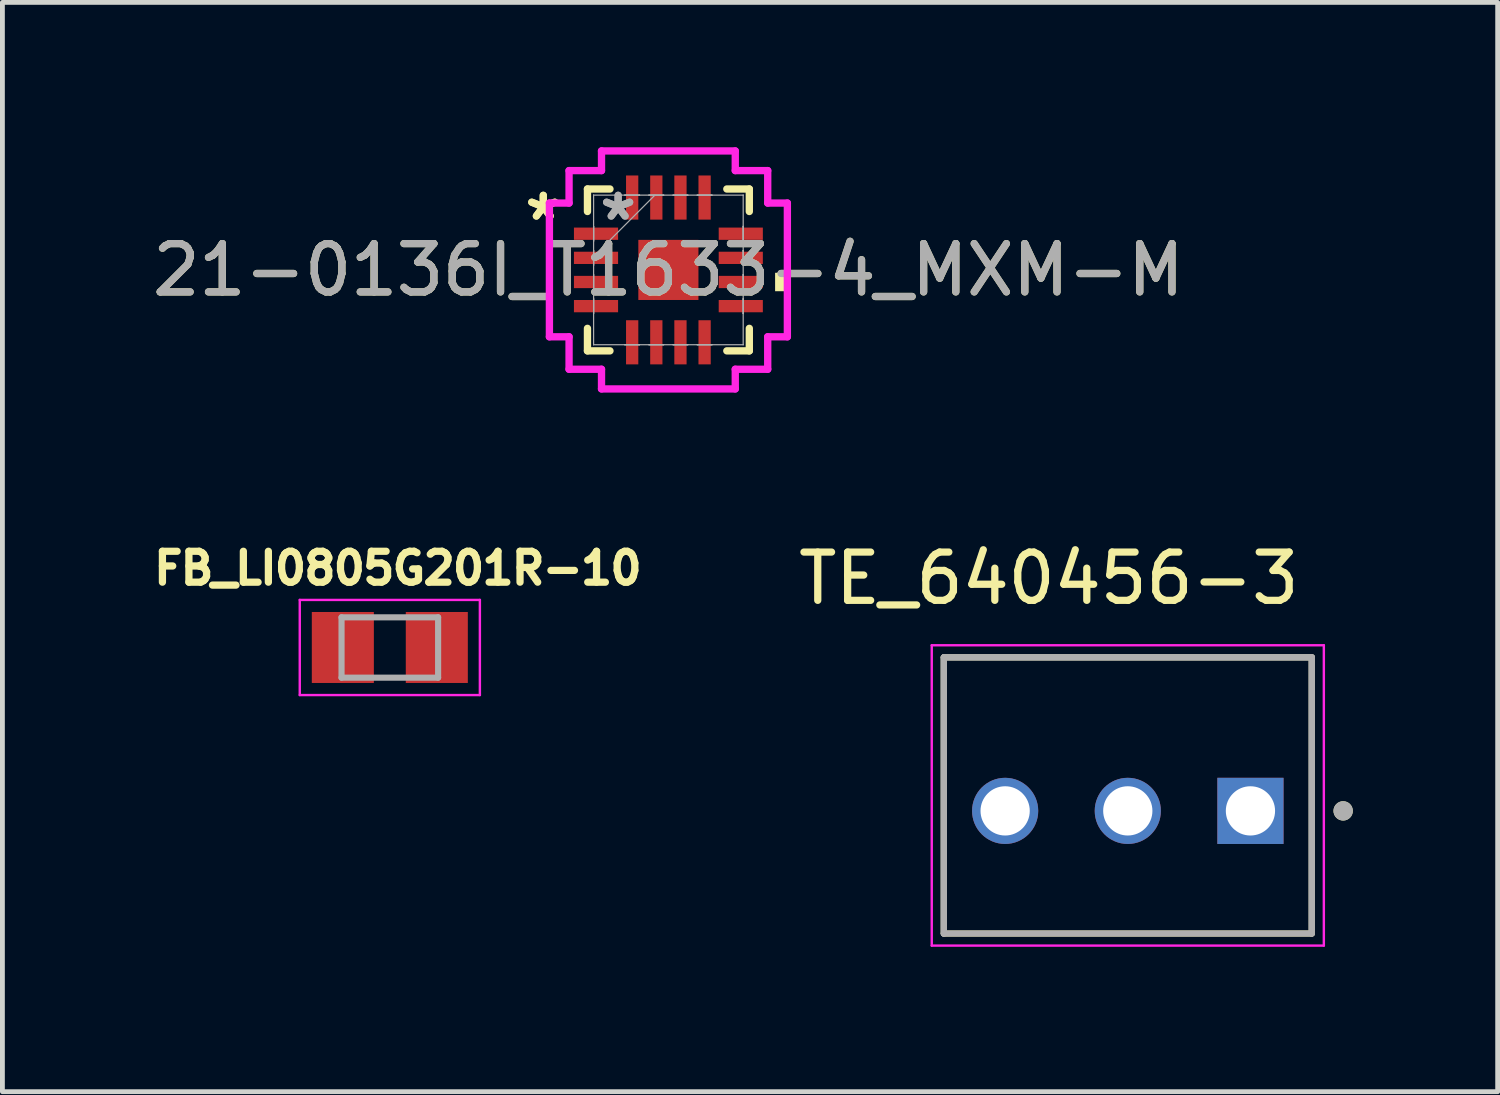
<source format=kicad_pcb>
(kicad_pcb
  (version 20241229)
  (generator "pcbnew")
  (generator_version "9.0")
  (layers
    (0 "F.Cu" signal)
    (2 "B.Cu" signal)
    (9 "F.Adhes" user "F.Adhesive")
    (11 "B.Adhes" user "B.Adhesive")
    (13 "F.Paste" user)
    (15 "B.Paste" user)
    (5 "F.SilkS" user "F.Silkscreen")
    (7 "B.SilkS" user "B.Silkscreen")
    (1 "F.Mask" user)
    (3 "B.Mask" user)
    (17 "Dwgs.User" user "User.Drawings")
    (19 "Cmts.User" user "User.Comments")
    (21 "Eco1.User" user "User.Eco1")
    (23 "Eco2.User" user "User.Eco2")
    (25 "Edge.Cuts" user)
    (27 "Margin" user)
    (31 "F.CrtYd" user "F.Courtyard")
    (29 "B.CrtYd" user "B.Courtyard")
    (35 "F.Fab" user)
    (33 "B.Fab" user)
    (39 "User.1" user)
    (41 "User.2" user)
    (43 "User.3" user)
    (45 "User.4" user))
  (footprint "TE_640456-3"
    (layer "F.Cu")
    (at 22.846 13.743)
    (property "Reference" "TE_640456-3" (at -4.175 -4.815 0) (layer "F.SilkS") (effects (font (size 1 1) (thickness 0.15))))
    (attr through_hole)
    (fp_line (start -6.35 2.54) (end -6.35 -3.18) (stroke (width 0.127) (type solid)) (layer "F.SilkS"))
    (fp_line (start 1.27 -3.18) (end -6.35 -3.18) (stroke (width 0.127) (type solid)) (layer "F.SilkS"))
    (fp_line (start 1.27 -3.18) (end 1.27 2.54) (stroke (width 0.127) (type solid)) (layer "F.SilkS"))
    (fp_line (start 1.27 2.54) (end -6.35 2.54) (stroke (width 0.127) (type solid)) (layer "F.SilkS"))
    (fp_circle (center 1.92 0) (end 2.02 0) (stroke (width 0.2) (type solid)) (fill no) (layer "F.SilkS"))
    (fp_line (start -6.6 -3.43) (end 1.52 -3.43) (stroke (width 0.05) (type solid)) (layer "F.CrtYd"))
    (fp_line (start -6.6 2.79) (end -6.6 -3.43) (stroke (width 0.05) (type solid)) (layer "F.CrtYd"))
    (fp_line (start 1.52 -3.43) (end 1.52 2.79) (stroke (width 0.05) (type solid)) (layer "F.CrtYd"))
    (fp_line (start 1.52 2.79) (end -6.6 2.79) (stroke (width 0.05) (type solid)) (layer "F.CrtYd"))
    (fp_line (start -6.35 -3.18) (end 1.27 -3.18) (stroke (width 0.127) (type solid)) (layer "F.Fab"))
    (fp_line (start -6.35 -3.18) (end 1.27 -3.18) (stroke (width 0.127) (type solid)) (layer "F.Fab"))
    (fp_line (start -6.35 2.54) (end -6.35 -3.18) (stroke (width 0.127) (type solid)) (layer "F.Fab"))
    (fp_line (start -6.35 2.54) (end -6.35 -3.18) (stroke (width 0.127) (type solid)) (layer "F.Fab"))
    (fp_line (start 1.27 -3.18) (end 1.27 2.54) (stroke (width 0.127) (type solid)) (layer "F.Fab"))
    (fp_line (start 1.27 -3.18) (end 1.27 2.54) (stroke (width 0.127) (type solid)) (layer "F.Fab"))
    (fp_line (start 1.27 2.54) (end -6.35 2.54) (stroke (width 0.127) (type solid)) (layer "F.Fab"))
    (fp_circle (center 1.92 0) (end 2.02 0) (stroke (width 0.2) (type solid)) (fill no) (layer "F.Fab"))
    (pad "1" thru_hole rect (at 0 0) (size 1.37 1.37) (drill 1.02) (layers "*.Cu" "*.Mask"))
    (pad "2" thru_hole circle (at -2.54 0) (size 1.37 1.37) (drill 1.02) (layers "*.Cu" "*.Mask"))
    (pad "3" thru_hole circle (at -5.08 0) (size 1.37 1.37) (drill 1.02) (layers "*.Cu" "*.Mask")))
  (footprint "FB_LI0805G201R-10"
    (layer "F.Cu")
    (at 5.023 10.359)
    (property "Reference" "FB_LI0805G201R-10" (at 0.167 -1.641 0) (layer "F.SilkS") (effects (font (size 0.64 0.64) (thickness 0.15))))
    (attr smd)
    (fp_line (start -1.865 -0.985) (end -1.865 0.985) (stroke (width 0.05) (type solid)) (layer "F.CrtYd"))
    (fp_line (start -1.865 0.985) (end 1.865 0.985) (stroke (width 0.05) (type solid)) (layer "F.CrtYd"))
    (fp_line (start 1.865 -0.985) (end -1.865 -0.985) (stroke (width 0.05) (type solid)) (layer "F.CrtYd"))
    (fp_line (start 1.865 0.985) (end 1.865 -0.985) (stroke (width 0.05) (type solid)) (layer "F.CrtYd"))
    (fp_line (start -1 -0.625) (end -1 0.625) (stroke (width 0.127) (type solid)) (layer "F.Fab"))
    (fp_line (start -1 -0.625) (end 1 -0.625) (stroke (width 0.127) (type solid)) (layer "F.Fab"))
    (fp_line (start -1 0.625) (end 1 0.625) (stroke (width 0.127) (type solid)) (layer "F.Fab"))
    (fp_line (start 1 -0.625) (end 1 0.625) (stroke (width 0.127) (type solid)) (layer "F.Fab"))
    (pad "1" smd rect (at -0.973 0) (size 1.285 1.47) (layers "F.Cu" "F.Mask" "F.Paste"))
    (pad "2" smd rect (at 0.973 0) (size 1.285 1.47) (layers "F.Cu" "F.Mask" "F.Paste")))
  (footprint "21-0136I_T1633-4_MXM-M"
    (layer "F.Cu")
    (at 10.792 2.54)
    (property "Reference" "21-0136I_T1633-4_MXM-M" (at 0 0 0) (unlocked yes) (layer "F.SilkS") (effects (font (size 1 1) (thickness 0.15))))
    (attr smd)
    (fp_line (start -1.676 -1.676) (end -1.676 -1.21) (stroke (width 0.152) (type solid)) (layer "F.SilkS"))
    (fp_line (start -1.676 1.21) (end -1.676 1.676) (stroke (width 0.152) (type solid)) (layer "F.SilkS"))
    (fp_line (start -1.676 1.676) (end -1.21 1.676) (stroke (width 0.152) (type solid)) (layer "F.SilkS"))
    (fp_line (start -1.21 -1.676) (end -1.676 -1.676) (stroke (width 0.152) (type solid)) (layer "F.SilkS"))
    (fp_line (start 1.21 1.676) (end 1.676 1.676) (stroke (width 0.152) (type solid)) (layer "F.SilkS"))
    (fp_line (start 1.676 -1.676) (end 1.21 -1.676) (stroke (width 0.152) (type solid)) (layer "F.SilkS"))
    (fp_line (start 1.676 -1.21) (end 1.676 -1.676) (stroke (width 0.152) (type solid)) (layer "F.SilkS"))
    (fp_line (start 1.676 1.676) (end 1.676 1.21) (stroke (width 0.152) (type solid)) (layer "F.SilkS"))
    (fp_poly (pts (xy 2.464 0.059) (xy 2.464 0.441) (xy 2.21 0.441) (xy 2.21 0.059)) (stroke (width 0) (type solid)) (fill yes) (layer "F.SilkS"))
    (fp_line (start -2.464 -1.385) (end -2.057 -1.385) (stroke (width 0.152) (type solid)) (layer "F.CrtYd"))
    (fp_line (start -2.464 1.385) (end -2.464 -1.385) (stroke (width 0.152) (type solid)) (layer "F.CrtYd"))
    (fp_line (start -2.057 -2.057) (end -1.385 -2.057) (stroke (width 0.152) (type solid)) (layer "F.CrtYd"))
    (fp_line (start -2.057 -1.385) (end -2.057 -2.057) (stroke (width 0.152) (type solid)) (layer "F.CrtYd"))
    (fp_line (start -2.057 1.385) (end -2.464 1.385) (stroke (width 0.152) (type solid)) (layer "F.CrtYd"))
    (fp_line (start -2.057 2.057) (end -2.057 1.385) (stroke (width 0.152) (type solid)) (layer "F.CrtYd"))
    (fp_line (start -1.385 -2.464) (end 1.385 -2.464) (stroke (width 0.152) (type solid)) (layer "F.CrtYd"))
    (fp_line (start -1.385 -2.057) (end -1.385 -2.464) (stroke (width 0.152) (type solid)) (layer "F.CrtYd"))
    (fp_line (start -1.385 2.057) (end -2.057 2.057) (stroke (width 0.152) (type solid)) (layer "F.CrtYd"))
    (fp_line (start -1.385 2.464) (end -1.385 2.057) (stroke (width 0.152) (type solid)) (layer "F.CrtYd"))
    (fp_line (start 1.385 -2.464) (end 1.385 -2.057) (stroke (width 0.152) (type solid)) (layer "F.CrtYd"))
    (fp_line (start 1.385 -2.057) (end 2.057 -2.057) (stroke (width 0.152) (type solid)) (layer "F.CrtYd"))
    (fp_line (start 1.385 2.057) (end 1.385 2.464) (stroke (width 0.152) (type solid)) (layer "F.CrtYd"))
    (fp_line (start 1.385 2.464) (end -1.385 2.464) (stroke (width 0.152) (type solid)) (layer "F.CrtYd"))
    (fp_line (start 2.057 -2.057) (end 2.057 -1.385) (stroke (width 0.152) (type solid)) (layer "F.CrtYd"))
    (fp_line (start 2.057 -1.385) (end 2.464 -1.385) (stroke (width 0.152) (type solid)) (layer "F.CrtYd"))
    (fp_line (start 2.057 1.385) (end 2.057 2.057) (stroke (width 0.152) (type solid)) (layer "F.CrtYd"))
    (fp_line (start 2.057 2.057) (end 1.385 2.057) (stroke (width 0.152) (type solid)) (layer "F.CrtYd"))
    (fp_line (start 2.464 -1.385) (end 2.464 1.385) (stroke (width 0.152) (type solid)) (layer "F.CrtYd"))
    (fp_line (start 2.464 1.385) (end 2.057 1.385) (stroke (width 0.152) (type solid)) (layer "F.CrtYd"))
    (fp_line (start -1.549 -1.549) (end -1.549 -1.549) (stroke (width 0.025) (type solid)) (layer "F.Fab"))
    (fp_line (start -1.549 -1.549) (end -1.549 1.549) (stroke (width 0.025) (type solid)) (layer "F.Fab"))
    (fp_line (start -1.549 -0.902) (end -1.549 -0.902) (stroke (width 0.025) (type solid)) (layer "F.Fab"))
    (fp_line (start -1.549 -0.902) (end -1.549 -0.598) (stroke (width 0.025) (type solid)) (layer "F.Fab"))
    (fp_line (start -1.549 -0.598) (end -1.549 -0.902) (stroke (width 0.025) (type solid)) (layer "F.Fab"))
    (fp_line (start -1.549 -0.598) (end -1.549 -0.598) (stroke (width 0.025) (type solid)) (layer "F.Fab"))
    (fp_line (start -1.549 -0.402) (end -1.549 -0.402) (stroke (width 0.025) (type solid)) (layer "F.Fab"))
    (fp_line (start -1.549 -0.402) (end -1.549 -0.098) (stroke (width 0.025) (type solid)) (layer "F.Fab"))
    (fp_line (start -1.549 -0.279) (end -0.279 -1.549) (stroke (width 0.025) (type solid)) (layer "F.Fab"))
    (fp_line (start -1.549 -0.098) (end -1.549 -0.402) (stroke (width 0.025) (type solid)) (layer "F.Fab"))
    (fp_line (start -1.549 -0.098) (end -1.549 -0.098) (stroke (width 0.025) (type solid)) (layer "F.Fab"))
    (fp_line (start -1.549 0.098) (end -1.549 0.098) (stroke (width 0.025) (type solid)) (layer "F.Fab"))
    (fp_line (start -1.549 0.098) (end -1.549 0.402) (stroke (width 0.025) (type solid)) (layer "F.Fab"))
    (fp_line (start -1.549 0.402) (end -1.549 0.098) (stroke (width 0.025) (type solid)) (layer "F.Fab"))
    (fp_line (start -1.549 0.402) (end -1.549 0.402) (stroke (width 0.025) (type solid)) (layer "F.Fab"))
    (fp_line (start -1.549 0.598) (end -1.549 0.598) (stroke (width 0.025) (type solid)) (layer "F.Fab"))
    (fp_line (start -1.549 0.598) (end -1.549 0.902) (stroke (width 0.025) (type solid)) (layer "F.Fab"))
    (fp_line (start -1.549 0.902) (end -1.549 0.598) (stroke (width 0.025) (type solid)) (layer "F.Fab"))
    (fp_line (start -1.549 0.902) (end -1.549 0.902) (stroke (width 0.025) (type solid)) (layer "F.Fab"))
    (fp_line (start -1.549 1.549) (end -1.549 1.549) (stroke (width 0.025) (type solid)) (layer "F.Fab"))
    (fp_line (start -1.549 1.549) (end 1.549 1.549) (stroke (width 0.025) (type solid)) (layer "F.Fab"))
    (fp_line (start -0.902 -1.549) (end -0.902 -1.549) (stroke (width 0.025) (type solid)) (layer "F.Fab"))
    (fp_line (start -0.902 -1.549) (end -0.598 -1.549) (stroke (width 0.025) (type solid)) (layer "F.Fab"))
    (fp_line (start -0.902 1.549) (end -0.902 1.549) (stroke (width 0.025) (type solid)) (layer "F.Fab"))
    (fp_line (start -0.902 1.549) (end -0.598 1.549) (stroke (width 0.025) (type solid)) (layer "F.Fab"))
    (fp_line (start -0.598 -1.549) (end -0.902 -1.549) (stroke (width 0.025) (type solid)) (layer "F.Fab"))
    (fp_line (start -0.598 -1.549) (end -0.598 -1.549) (stroke (width 0.025) (type solid)) (layer "F.Fab"))
    (fp_line (start -0.598 1.549) (end -0.902 1.549) (stroke (width 0.025) (type solid)) (layer "F.Fab"))
    (fp_line (start -0.598 1.549) (end -0.598 1.549) (stroke (width 0.025) (type solid)) (layer "F.Fab"))
    (fp_line (start -0.402 -1.549) (end -0.402 -1.549) (stroke (width 0.025) (type solid)) (layer "F.Fab"))
    (fp_line (start -0.402 -1.549) (end -0.098 -1.549) (stroke (width 0.025) (type solid)) (layer "F.Fab"))
    (fp_line (start -0.402 1.549) (end -0.402 1.549) (stroke (width 0.025) (type solid)) (layer "F.Fab"))
    (fp_line (start -0.402 1.549) (end -0.098 1.549) (stroke (width 0.025) (type solid)) (layer "F.Fab"))
    (fp_line (start -0.098 -1.549) (end -0.402 -1.549) (stroke (width 0.025) (type solid)) (layer "F.Fab"))
    (fp_line (start -0.098 -1.549) (end -0.098 -1.549) (stroke (width 0.025) (type solid)) (layer "F.Fab"))
    (fp_line (start -0.098 1.549) (end -0.402 1.549) (stroke (width 0.025) (type solid)) (layer "F.Fab"))
    (fp_line (start -0.098 1.549) (end -0.098 1.549) (stroke (width 0.025) (type solid)) (layer "F.Fab"))
    (fp_line (start 0.098 -1.549) (end 0.098 -1.549) (stroke (width 0.025) (type solid)) (layer "F.Fab"))
    (fp_line (start 0.098 -1.549) (end 0.402 -1.549) (stroke (width 0.025) (type solid)) (layer "F.Fab"))
    (fp_line (start 0.098 1.549) (end 0.098 1.549) (stroke (width 0.025) (type solid)) (layer "F.Fab"))
    (fp_line (start 0.098 1.549) (end 0.402 1.549) (stroke (width 0.025) (type solid)) (layer "F.Fab"))
    (fp_line (start 0.402 -1.549) (end 0.098 -1.549) (stroke (width 0.025) (type solid)) (layer "F.Fab"))
    (fp_line (start 0.402 -1.549) (end 0.402 -1.549) (stroke (width 0.025) (type solid)) (layer "F.Fab"))
    (fp_line (start 0.402 1.549) (end 0.098 1.549) (stroke (width 0.025) (type solid)) (layer "F.Fab"))
    (fp_line (start 0.402 1.549) (end 0.402 1.549) (stroke (width 0.025) (type solid)) (layer "F.Fab"))
    (fp_line (start 0.598 -1.549) (end 0.598 -1.549) (stroke (width 0.025) (type solid)) (layer "F.Fab"))
    (fp_line (start 0.598 -1.549) (end 0.902 -1.549) (stroke (width 0.025) (type solid)) (layer "F.Fab"))
    (fp_line (start 0.598 1.549) (end 0.598 1.549) (stroke (width 0.025) (type solid)) (layer "F.Fab"))
    (fp_line (start 0.598 1.549) (end 0.902 1.549) (stroke (width 0.025) (type solid)) (layer "F.Fab"))
    (fp_line (start 0.902 -1.549) (end 0.598 -1.549) (stroke (width 0.025) (type solid)) (layer "F.Fab"))
    (fp_line (start 0.902 -1.549) (end 0.902 -1.549) (stroke (width 0.025) (type solid)) (layer "F.Fab"))
    (fp_line (start 0.902 1.549) (end 0.598 1.549) (stroke (width 0.025) (type solid)) (layer "F.Fab"))
    (fp_line (start 0.902 1.549) (end 0.902 1.549) (stroke (width 0.025) (type solid)) (layer "F.Fab"))
    (fp_line (start 1.549 -1.549) (end -1.549 -1.549) (stroke (width 0.025) (type solid)) (layer "F.Fab"))
    (fp_line (start 1.549 -1.549) (end 1.549 -1.549) (stroke (width 0.025) (type solid)) (layer "F.Fab"))
    (fp_line (start 1.549 -0.902) (end 1.549 -0.902) (stroke (width 0.025) (type solid)) (layer "F.Fab"))
    (fp_line (start 1.549 -0.902) (end 1.549 -0.598) (stroke (width 0.025) (type solid)) (layer "F.Fab"))
    (fp_line (start 1.549 -0.598) (end 1.549 -0.902) (stroke (width 0.025) (type solid)) (layer "F.Fab"))
    (fp_line (start 1.549 -0.598) (end 1.549 -0.598) (stroke (width 0.025) (type solid)) (layer "F.Fab"))
    (fp_line (start 1.549 -0.402) (end 1.549 -0.402) (stroke (width 0.025) (type solid)) (layer "F.Fab"))
    (fp_line (start 1.549 -0.402) (end 1.549 -0.098) (stroke (width 0.025) (type solid)) (layer "F.Fab"))
    (fp_line (start 1.549 -0.098) (end 1.549 -0.402) (stroke (width 0.025) (type solid)) (layer "F.Fab"))
    (fp_line (start 1.549 -0.098) (end 1.549 -0.098) (stroke (width 0.025) (type solid)) (layer "F.Fab"))
    (fp_line (start 1.549 0.098) (end 1.549 0.098) (stroke (width 0.025) (type solid)) (layer "F.Fab"))
    (fp_line (start 1.549 0.098) (end 1.549 0.402) (stroke (width 0.025) (type solid)) (layer "F.Fab"))
    (fp_line (start 1.549 0.402) (end 1.549 0.098) (stroke (width 0.025) (type solid)) (layer "F.Fab"))
    (fp_line (start 1.549 0.402) (end 1.549 0.402) (stroke (width 0.025) (type solid)) (layer "F.Fab"))
    (fp_line (start 1.549 0.598) (end 1.549 0.598) (stroke (width 0.025) (type solid)) (layer "F.Fab"))
    (fp_line (start 1.549 0.598) (end 1.549 0.902) (stroke (width 0.025) (type solid)) (layer "F.Fab"))
    (fp_line (start 1.549 0.902) (end 1.549 0.598) (stroke (width 0.025) (type solid)) (layer "F.Fab"))
    (fp_line (start 1.549 0.902) (end 1.549 0.902) (stroke (width 0.025) (type solid)) (layer "F.Fab"))
    (fp_line (start 1.549 1.549) (end 1.549 -1.549) (stroke (width 0.025) (type solid)) (layer "F.Fab"))
    (fp_line (start 1.549 1.549) (end 1.549 1.549) (stroke (width 0.025) (type solid)) (layer "F.Fab"))
    (fp_text user "*" (at -2.591 -1 0) (layer "F.SilkS") (effects (font (size 1 1) (thickness 0.15))))
    (fp_text user "*" (at -2.591 -1 0) (unlocked yes) (layer "F.SilkS") (effects (font (size 1 1) (thickness 0.15))))
    (fp_text user "*" (at -1.041 -1 0) (unlocked yes) (layer "F.Fab") (effects (font (size 1 1) (thickness 0.15))))
    (fp_text user "*" (at -1.041 -1 0) (layer "F.Fab") (effects (font (size 1 1) (thickness 0.15))))
    (fp_text user "${REFERENCE}" (at 0 0 0) (unlocked yes) (layer "F.Fab") (effects (font (size 1 1) (thickness 0.15))))
    (pad "1" smd rect (at -1.499 -0.75 90) (size 0.254 0.914) (layers "F.Cu" "F.Mask" "F.Paste"))
    (pad "2" smd rect (at -1.499 -0.25 90) (size 0.254 0.914) (layers "F.Cu" "F.Mask" "F.Paste"))
    (pad "3" smd rect (at -1.499 0.25 90) (size 0.254 0.914) (layers "F.Cu" "F.Mask" "F.Paste"))
    (pad "4" smd rect (at -1.499 0.75 90) (size 0.254 0.914) (layers "F.Cu" "F.Mask" "F.Paste"))
    (pad "5" smd rect (at -0.75 1.499) (size 0.254 0.914) (layers "F.Cu" "F.Mask" "F.Paste"))
    (pad "6" smd rect (at -0.25 1.499) (size 0.254 0.914) (layers "F.Cu" "F.Mask" "F.Paste"))
    (pad "7" smd rect (at 0.25 1.499) (size 0.254 0.914) (layers "F.Cu" "F.Mask" "F.Paste"))
    (pad "8" smd rect (at 0.75 1.499) (size 0.254 0.914) (layers "F.Cu" "F.Mask" "F.Paste"))
    (pad "9" smd rect (at 1.499 0.75 90) (size 0.254 0.914) (layers "F.Cu" "F.Mask" "F.Paste"))
    (pad "10" smd rect (at 1.499 0.25 90) (size 0.254 0.914) (layers "F.Cu" "F.Mask" "F.Paste"))
    (pad "11" smd rect (at 1.499 -0.25 90) (size 0.254 0.914) (layers "F.Cu" "F.Mask" "F.Paste"))
    (pad "12" smd rect (at 1.499 -0.75 90) (size 0.254 0.914) (layers "F.Cu" "F.Mask" "F.Paste"))
    (pad "13" smd rect (at 0.75 -1.499) (size 0.254 0.914) (layers "F.Cu" "F.Mask" "F.Paste"))
    (pad "14" smd rect (at 0.25 -1.499) (size 0.254 0.914) (layers "F.Cu" "F.Mask" "F.Paste"))
    (pad "15" smd rect (at -0.25 -1.499) (size 0.254 0.914) (layers "F.Cu" "F.Mask" "F.Paste"))
    (pad "16" smd rect (at -0.75 -1.499) (size 0.254 0.914) (layers "F.Cu" "F.Mask" "F.Paste"))
    (pad "17" smd rect (at 0 0) (size 1.245 1.245) (layers "F.Cu" "F.Mask" "F.Paste")))
  (gr_rect
    (start -3 -3)
    (end 27.966 19.558)
    (stroke (width 0.1) (type default))
    (fill no)
    (layer "Edge.Cuts")))
</source>
